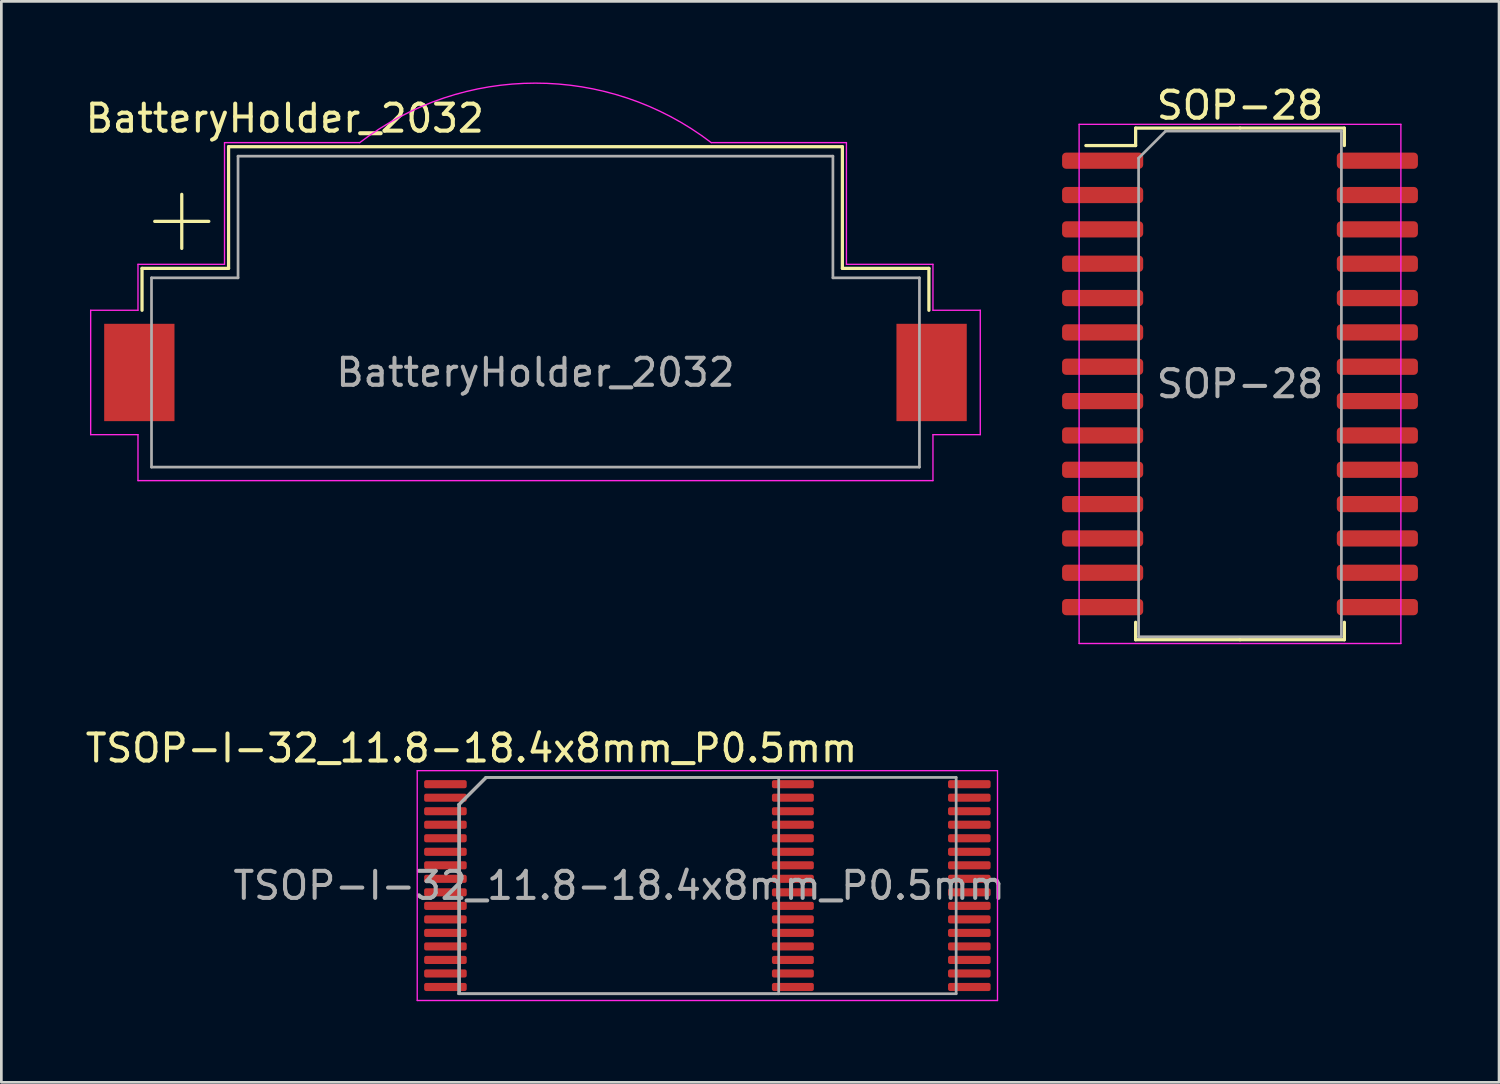
<source format=kicad_pcb>
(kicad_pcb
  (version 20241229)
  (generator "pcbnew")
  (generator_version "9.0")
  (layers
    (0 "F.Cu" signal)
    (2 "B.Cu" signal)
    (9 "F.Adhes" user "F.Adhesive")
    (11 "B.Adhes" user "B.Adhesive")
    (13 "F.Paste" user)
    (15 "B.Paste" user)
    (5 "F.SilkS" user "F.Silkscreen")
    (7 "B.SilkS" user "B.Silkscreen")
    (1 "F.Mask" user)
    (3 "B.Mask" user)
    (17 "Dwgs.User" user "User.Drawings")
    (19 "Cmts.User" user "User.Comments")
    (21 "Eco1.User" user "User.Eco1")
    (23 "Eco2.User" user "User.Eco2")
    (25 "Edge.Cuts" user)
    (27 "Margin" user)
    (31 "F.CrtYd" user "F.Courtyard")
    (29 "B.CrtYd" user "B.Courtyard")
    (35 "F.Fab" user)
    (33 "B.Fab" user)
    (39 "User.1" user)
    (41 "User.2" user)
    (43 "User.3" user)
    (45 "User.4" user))
  (footprint "SOP-28"
    (layer "F.Cu")
    (at 42.808 11.148)
    (property "Reference" "SOP-28" (at 0 -10.3 0) (layer "F.SilkS") (effects (font (size 1 1) (thickness 0.15))))
    (attr smd)
    (fp_line (start -3.86 -9.46) (end -3.86 -8.815) (stroke (width 0.12) (type solid)) (layer "F.SilkS"))
    (fp_line (start -3.86 -8.815) (end -5.7 -8.815) (stroke (width 0.12) (type solid)) (layer "F.SilkS"))
    (fp_line (start -3.86 9.46) (end -3.86 8.815) (stroke (width 0.12) (type solid)) (layer "F.SilkS"))
    (fp_line (start 0 -9.46) (end -3.86 -9.46) (stroke (width 0.12) (type solid)) (layer "F.SilkS"))
    (fp_line (start 0 -9.46) (end 3.86 -9.46) (stroke (width 0.12) (type solid)) (layer "F.SilkS"))
    (fp_line (start 0 9.46) (end -3.86 9.46) (stroke (width 0.12) (type solid)) (layer "F.SilkS"))
    (fp_line (start 0 9.46) (end 3.86 9.46) (stroke (width 0.12) (type solid)) (layer "F.SilkS"))
    (fp_line (start 3.86 -9.46) (end 3.86 -8.815) (stroke (width 0.12) (type solid)) (layer "F.SilkS"))
    (fp_line (start 3.86 9.46) (end 3.86 8.815) (stroke (width 0.12) (type solid)) (layer "F.SilkS"))
    (fp_line (start -5.95 -9.6) (end -5.95 9.6) (stroke (width 0.05) (type solid)) (layer "F.CrtYd"))
    (fp_line (start -5.95 9.6) (end 5.95 9.6) (stroke (width 0.05) (type solid)) (layer "F.CrtYd"))
    (fp_line (start 5.95 -9.6) (end -5.95 -9.6) (stroke (width 0.05) (type solid)) (layer "F.CrtYd"))
    (fp_line (start 5.95 9.6) (end 5.95 -9.6) (stroke (width 0.05) (type solid)) (layer "F.CrtYd"))
    (fp_line (start -3.75 -8.35) (end -2.75 -9.35) (stroke (width 0.1) (type solid)) (layer "F.Fab"))
    (fp_line (start -3.75 9.35) (end -3.75 -8.35) (stroke (width 0.1) (type solid)) (layer "F.Fab"))
    (fp_line (start -2.75 -9.35) (end 3.75 -9.35) (stroke (width 0.1) (type solid)) (layer "F.Fab"))
    (fp_line (start 3.75 -9.35) (end 3.75 9.35) (stroke (width 0.1) (type solid)) (layer "F.Fab"))
    (fp_line (start 3.75 9.35) (end -3.75 9.35) (stroke (width 0.1) (type solid)) (layer "F.Fab"))
    (fp_text user "${REFERENCE}" (at 0 0 0) (layer "F.Fab") (effects (font (size 1 1) (thickness 0.15))))
    (pad "1" smd roundrect (at -5.08 -8.255) (size 3 0.6) (layers "F.Cu" "F.Mask" "F.Paste") (roundrect_rratio 0.25))
    (pad "2" smd roundrect (at -5.08 -6.985) (size 3 0.6) (layers "F.Cu" "F.Mask" "F.Paste") (roundrect_rratio 0.25))
    (pad "3" smd roundrect (at -5.08 -5.715) (size 3 0.6) (layers "F.Cu" "F.Mask" "F.Paste") (roundrect_rratio 0.25))
    (pad "4" smd roundrect (at -5.08 -4.445) (size 3 0.6) (layers "F.Cu" "F.Mask" "F.Paste") (roundrect_rratio 0.25))
    (pad "5" smd roundrect (at -5.08 -3.175) (size 3 0.6) (layers "F.Cu" "F.Mask" "F.Paste") (roundrect_rratio 0.25))
    (pad "6" smd roundrect (at -5.08 -1.905) (size 3 0.6) (layers "F.Cu" "F.Mask" "F.Paste") (roundrect_rratio 0.25))
    (pad "7" smd roundrect (at -5.08 -0.635) (size 3 0.6) (layers "F.Cu" "F.Mask" "F.Paste") (roundrect_rratio 0.25))
    (pad "8" smd roundrect (at -5.08 0.635) (size 3 0.6) (layers "F.Cu" "F.Mask" "F.Paste") (roundrect_rratio 0.25))
    (pad "9" smd roundrect (at -5.08 1.905) (size 3 0.6) (layers "F.Cu" "F.Mask" "F.Paste") (roundrect_rratio 0.25))
    (pad "10" smd roundrect (at -5.08 3.175) (size 3 0.6) (layers "F.Cu" "F.Mask" "F.Paste") (roundrect_rratio 0.25))
    (pad "11" smd roundrect (at -5.08 4.445) (size 3 0.6) (layers "F.Cu" "F.Mask" "F.Paste") (roundrect_rratio 0.25))
    (pad "12" smd roundrect (at -5.08 5.715) (size 3 0.6) (layers "F.Cu" "F.Mask" "F.Paste") (roundrect_rratio 0.25))
    (pad "13" smd roundrect (at -5.08 6.985) (size 3 0.6) (layers "F.Cu" "F.Mask" "F.Paste") (roundrect_rratio 0.25))
    (pad "14" smd roundrect (at -5.08 8.255) (size 3 0.6) (layers "F.Cu" "F.Mask" "F.Paste") (roundrect_rratio 0.25))
    (pad "15" smd roundrect (at 5.08 8.255) (size 3 0.6) (layers "F.Cu" "F.Mask" "F.Paste") (roundrect_rratio 0.25))
    (pad "16" smd roundrect (at 5.08 6.985) (size 3 0.6) (layers "F.Cu" "F.Mask" "F.Paste") (roundrect_rratio 0.25))
    (pad "17" smd roundrect (at 5.08 5.715) (size 3 0.6) (layers "F.Cu" "F.Mask" "F.Paste") (roundrect_rratio 0.25))
    (pad "18" smd roundrect (at 5.08 4.445) (size 3 0.6) (layers "F.Cu" "F.Mask" "F.Paste") (roundrect_rratio 0.25))
    (pad "19" smd roundrect (at 5.08 3.175) (size 3 0.6) (layers "F.Cu" "F.Mask" "F.Paste") (roundrect_rratio 0.25))
    (pad "20" smd roundrect (at 5.08 1.905) (size 3 0.6) (layers "F.Cu" "F.Mask" "F.Paste") (roundrect_rratio 0.25))
    (pad "21" smd roundrect (at 5.08 0.635) (size 3 0.6) (layers "F.Cu" "F.Mask" "F.Paste") (roundrect_rratio 0.25))
    (pad "22" smd roundrect (at 5.08 -0.635) (size 3 0.6) (layers "F.Cu" "F.Mask" "F.Paste") (roundrect_rratio 0.25))
    (pad "23" smd roundrect (at 5.08 -1.905) (size 3 0.6) (layers "F.Cu" "F.Mask" "F.Paste") (roundrect_rratio 0.25))
    (pad "24" smd roundrect (at 5.08 -3.175) (size 3 0.6) (layers "F.Cu" "F.Mask" "F.Paste") (roundrect_rratio 0.25))
    (pad "25" smd roundrect (at 5.08 -4.445) (size 3 0.6) (layers "F.Cu" "F.Mask" "F.Paste") (roundrect_rratio 0.25))
    (pad "26" smd roundrect (at 5.08 -5.715) (size 3 0.6) (layers "F.Cu" "F.Mask" "F.Paste") (roundrect_rratio 0.25))
    (pad "27" smd roundrect (at 5.08 -6.985) (size 3 0.6) (layers "F.Cu" "F.Mask" "F.Paste") (roundrect_rratio 0.25))
    (pad "28" smd roundrect (at 5.08 -8.255) (size 3 0.6) (layers "F.Cu" "F.Mask" "F.Paste") (roundrect_rratio 0.25)))
  (footprint "BatteryHolder_2032"
    (layer "F.Cu")
    (at 16.753 10.725)
    (property "Reference" "BatteryHolder_2032" (at -9.271 -9.398 0) (layer "F.SilkS") (effects (font (size 1 1) (thickness 0.15))))
    (attr smd)
    (fp_line (start -14.55 -3.85) (end -14.55 -2.3) (stroke (width 0.12) (type solid)) (layer "F.SilkS"))
    (fp_line (start -13.081 -6.588) (end -13.081 -4.588) (stroke (width 0.12) (type solid)) (layer "F.SilkS"))
    (fp_line (start -12.081 -5.588) (end -14.081 -5.588) (stroke (width 0.12) (type solid)) (layer "F.SilkS"))
    (fp_line (start -11.35 -8.35) (end -11.35 -3.85) (stroke (width 0.12) (type solid)) (layer "F.SilkS"))
    (fp_line (start -11.35 -8.35) (end 11.35 -8.35) (stroke (width 0.12) (type solid)) (layer "F.SilkS"))
    (fp_line (start -11.35 -3.85) (end -14.55 -3.85) (stroke (width 0.12) (type solid)) (layer "F.SilkS"))
    (fp_line (start 11.35 -8.35) (end 11.35 -3.85) (stroke (width 0.12) (type solid)) (layer "F.SilkS"))
    (fp_line (start 11.35 -3.85) (end 14.55 -3.85) (stroke (width 0.12) (type solid)) (layer "F.SilkS"))
    (fp_line (start 14.55 -3.85) (end 14.55 -2.3) (stroke (width 0.12) (type solid)) (layer "F.SilkS"))
    (fp_line (start -16.45 2.3) (end -16.45 -2.3) (stroke (width 0.05) (type solid)) (layer "F.CrtYd"))
    (fp_line (start -14.7 -4) (end -11.5 -4) (stroke (width 0.05) (type solid)) (layer "F.CrtYd"))
    (fp_line (start -14.7 -2.3) (end -16.45 -2.3) (stroke (width 0.05) (type solid)) (layer "F.CrtYd"))
    (fp_line (start -14.7 -2.3) (end -14.7 -4) (stroke (width 0.05) (type solid)) (layer "F.CrtYd"))
    (fp_line (start -14.7 2.3) (end -16.45 2.3) (stroke (width 0.05) (type solid)) (layer "F.CrtYd"))
    (fp_line (start -14.7 4) (end -14.7 2.3) (stroke (width 0.05) (type solid)) (layer "F.CrtYd"))
    (fp_line (start -14.7 4) (end 14.7 4) (stroke (width 0.05) (type solid)) (layer "F.CrtYd"))
    (fp_line (start -11.5 -8.5) (end -6.5 -8.5) (stroke (width 0.05) (type solid)) (layer "F.CrtYd"))
    (fp_line (start -11.5 -4) (end -11.5 -8.5) (stroke (width 0.05) (type solid)) (layer "F.CrtYd"))
    (fp_line (start 11.5 -8.5) (end 6.5 -8.5) (stroke (width 0.05) (type solid)) (layer "F.CrtYd"))
    (fp_line (start 11.5 -8.5) (end 11.5 -4) (stroke (width 0.05) (type solid)) (layer "F.CrtYd"))
    (fp_line (start 11.5 -4) (end 14.7 -4) (stroke (width 0.05) (type solid)) (layer "F.CrtYd"))
    (fp_line (start 14.7 -4) (end 14.7 -2.3) (stroke (width 0.05) (type solid)) (layer "F.CrtYd"))
    (fp_line (start 14.7 -2.3) (end 16.45 -2.3) (stroke (width 0.05) (type solid)) (layer "F.CrtYd"))
    (fp_line (start 14.7 2.3) (end 14.7 4) (stroke (width 0.05) (type solid)) (layer "F.CrtYd"))
    (fp_line (start 16.45 -2.3) (end 16.45 2.3) (stroke (width 0.05) (type solid)) (layer "F.CrtYd"))
    (fp_line (start 16.45 2.3) (end 14.7 2.3) (stroke (width 0.05) (type solid)) (layer "F.CrtYd"))
    (fp_arc (start -6.499999 -8.5) (mid 0 -10.700467) (end 6.5 -8.5) (stroke (width 0.05) (type solid)) (layer "F.CrtYd"))
    (fp_line (start -14.2 -3.5) (end -11 -3.5) (stroke (width 0.1) (type solid)) (layer "F.Fab"))
    (fp_line (start -14.2 3.5) (end -14.2 -3.5) (stroke (width 0.1) (type solid)) (layer "F.Fab"))
    (fp_line (start -11 -8) (end -11 -3.5) (stroke (width 0.1) (type solid)) (layer "F.Fab"))
    (fp_line (start 11 -8) (end -11 -8) (stroke (width 0.1) (type solid)) (layer "F.Fab"))
    (fp_line (start 11 -8) (end 11 -3.5) (stroke (width 0.1) (type solid)) (layer "F.Fab"))
    (fp_line (start 14.2 -3.5) (end 11 -3.5) (stroke (width 0.1) (type solid)) (layer "F.Fab"))
    (fp_line (start 14.2 3.5) (end -14.2 3.5) (stroke (width 0.1) (type solid)) (layer "F.Fab"))
    (fp_line (start 14.2 3.5) (end 14.2 -3.5) (stroke (width 0.1) (type solid)) (layer "F.Fab"))
    (fp_text user "${REFERENCE}" (at 0 0 0) (layer "F.Fab") (effects (font (size 1 1) (thickness 0.15))))
    (pad "1" smd rect (at -14.65 0 180) (size 2.6 3.6) (layers "F.Cu" "F.Mask" "F.Paste"))
    (pad "2" smd rect (at 14.65 0 180) (size 2.6 3.6) (layers "F.Cu" "F.Mask" "F.Paste")))
  (footprint "TSOP-I-32_11.8-18.4x8mm_P0.5mm"
    (layer "F.Cu")
    (at 19.848 29.701)
    (property "Reference" "TSOP-I-32_11.8-18.4x8mm_P0.5mm" (at -5.461 -5.08 0) (layer "F.SilkS") (effects (font (size 1 1) (thickness 0.15))))
    (attr smd)
    (fp_line (start -7.468 -4.25) (end -7.468 4.25) (stroke (width 0.05) (type solid)) (layer "F.CrtYd"))
    (fp_line (start -7.468 4.25) (end 13.992 4.25) (stroke (width 0.05) (type solid)) (layer "F.CrtYd"))
    (fp_line (start 13.992 -4.25) (end -7.468 -4.25) (stroke (width 0.05) (type solid)) (layer "F.CrtYd"))
    (fp_line (start 13.992 4.25) (end 13.992 -4.25) (stroke (width 0.05) (type solid)) (layer "F.CrtYd"))
    (fp_line (start -5.938 -3) (end -4.938 -4) (stroke (width 0.1) (type solid)) (layer "F.Fab"))
    (fp_line (start -5.938 4) (end -5.938 -3) (stroke (width 0.1) (type solid)) (layer "F.Fab"))
    (fp_line (start -5.9 -3) (end -4.9 -4) (stroke (width 0.1) (type solid)) (layer "F.Fab"))
    (fp_line (start -5.9 4) (end -5.9 -3) (stroke (width 0.1) (type solid)) (layer "F.Fab"))
    (fp_line (start -4.938 -4) (end 12.463 -4) (stroke (width 0.1) (type solid)) (layer "F.Fab"))
    (fp_line (start -4.9 -4) (end 5.9 -4) (stroke (width 0.1) (type solid)) (layer "F.Fab"))
    (fp_line (start 5.9 -4) (end 5.9 4) (stroke (width 0.1) (type solid)) (layer "F.Fab"))
    (fp_line (start 5.9 4) (end -5.9 4) (stroke (width 0.1) (type solid)) (layer "F.Fab"))
    (fp_line (start 12.463 -4) (end 12.463 4) (stroke (width 0.1) (type solid)) (layer "F.Fab"))
    (fp_line (start 12.463 4) (end -5.938 4) (stroke (width 0.1) (type solid)) (layer "F.Fab"))
    (fp_text user "${REFERENCE}" (at 0 0 0) (layer "F.Fab") (effects (font (size 1 1) (thickness 0.15))))
    (pad "1" smd roundrect (at -6.425 -3.75) (size 1.575 0.3) (layers "F.Cu" "F.Mask" "F.Paste") (roundrect_rratio 0.25))
    (pad "2" smd roundrect (at -6.425 -3.25) (size 1.575 0.3) (layers "F.Cu" "F.Mask" "F.Paste") (roundrect_rratio 0.25))
    (pad "3" smd roundrect (at -6.425 -2.75) (size 1.575 0.3) (layers "F.Cu" "F.Mask" "F.Paste") (roundrect_rratio 0.25))
    (pad "4" smd roundrect (at -6.425 -2.25) (size 1.575 0.3) (layers "F.Cu" "F.Mask" "F.Paste") (roundrect_rratio 0.25))
    (pad "5" smd roundrect (at -6.425 -1.75) (size 1.575 0.3) (layers "F.Cu" "F.Mask" "F.Paste") (roundrect_rratio 0.25))
    (pad "6" smd roundrect (at -6.425 -1.25) (size 1.575 0.3) (layers "F.Cu" "F.Mask" "F.Paste") (roundrect_rratio 0.25))
    (pad "7" smd roundrect (at -6.425 -0.75) (size 1.575 0.3) (layers "F.Cu" "F.Mask" "F.Paste") (roundrect_rratio 0.25))
    (pad "8" smd roundrect (at -6.425 -0.25) (size 1.575 0.3) (layers "F.Cu" "F.Mask" "F.Paste") (roundrect_rratio 0.25))
    (pad "9" smd roundrect (at -6.425 0.25) (size 1.575 0.3) (layers "F.Cu" "F.Mask" "F.Paste") (roundrect_rratio 0.25))
    (pad "10" smd roundrect (at -6.425 0.75) (size 1.575 0.3) (layers "F.Cu" "F.Mask" "F.Paste") (roundrect_rratio 0.25))
    (pad "11" smd roundrect (at -6.425 1.25) (size 1.575 0.3) (layers "F.Cu" "F.Mask" "F.Paste") (roundrect_rratio 0.25))
    (pad "12" smd roundrect (at -6.425 1.75) (size 1.575 0.3) (layers "F.Cu" "F.Mask" "F.Paste") (roundrect_rratio 0.25))
    (pad "13" smd roundrect (at -6.425 2.25) (size 1.575 0.3) (layers "F.Cu" "F.Mask" "F.Paste") (roundrect_rratio 0.25))
    (pad "14" smd roundrect (at -6.425 2.75) (size 1.575 0.3) (layers "F.Cu" "F.Mask" "F.Paste") (roundrect_rratio 0.25))
    (pad "15" smd roundrect (at -6.425 3.25) (size 1.575 0.3) (layers "F.Cu" "F.Mask" "F.Paste") (roundrect_rratio 0.25))
    (pad "16" smd roundrect (at -6.425 3.75) (size 1.575 0.3) (layers "F.Cu" "F.Mask" "F.Paste") (roundrect_rratio 0.25))
    (pad "17" smd roundrect (at 6.425 3.75) (size 1.55 0.3) (layers "F.Cu" "F.Mask" "F.Paste") (roundrect_rratio 0.25))
    (pad "17" smd roundrect (at 12.95 3.75) (size 1.575 0.3) (layers "F.Cu" "F.Mask" "F.Paste") (roundrect_rratio 0.25))
    (pad "18" smd roundrect (at 6.425 3.25) (size 1.55 0.3) (layers "F.Cu" "F.Mask" "F.Paste") (roundrect_rratio 0.25))
    (pad "18" smd roundrect (at 12.95 3.25) (size 1.575 0.3) (layers "F.Cu" "F.Mask" "F.Paste") (roundrect_rratio 0.25))
    (pad "19" smd roundrect (at 6.425 2.75) (size 1.55 0.3) (layers "F.Cu" "F.Mask" "F.Paste") (roundrect_rratio 0.25))
    (pad "19" smd roundrect (at 12.95 2.75) (size 1.575 0.3) (layers "F.Cu" "F.Mask" "F.Paste") (roundrect_rratio 0.25))
    (pad "20" smd roundrect (at 6.425 2.25) (size 1.55 0.3) (layers "F.Cu" "F.Mask" "F.Paste") (roundrect_rratio 0.25))
    (pad "20" smd roundrect (at 12.95 2.25) (size 1.575 0.3) (layers "F.Cu" "F.Mask" "F.Paste") (roundrect_rratio 0.25))
    (pad "21" smd roundrect (at 6.425 1.75) (size 1.55 0.3) (layers "F.Cu" "F.Mask" "F.Paste") (roundrect_rratio 0.25))
    (pad "21" smd roundrect (at 12.95 1.75) (size 1.575 0.3) (layers "F.Cu" "F.Mask" "F.Paste") (roundrect_rratio 0.25))
    (pad "22" smd roundrect (at 6.425 1.25) (size 1.55 0.3) (layers "F.Cu" "F.Mask" "F.Paste") (roundrect_rratio 0.25))
    (pad "22" smd roundrect (at 12.95 1.25) (size 1.575 0.3) (layers "F.Cu" "F.Mask" "F.Paste") (roundrect_rratio 0.25))
    (pad "23" smd roundrect (at 6.425 0.75) (size 1.55 0.3) (layers "F.Cu" "F.Mask" "F.Paste") (roundrect_rratio 0.25))
    (pad "23" smd roundrect (at 12.95 0.75) (size 1.575 0.3) (layers "F.Cu" "F.Mask" "F.Paste") (roundrect_rratio 0.25))
    (pad "24" smd roundrect (at 6.425 0.25) (size 1.55 0.3) (layers "F.Cu" "F.Mask" "F.Paste") (roundrect_rratio 0.25))
    (pad "24" smd roundrect (at 12.95 0.25) (size 1.575 0.3) (layers "F.Cu" "F.Mask" "F.Paste") (roundrect_rratio 0.25))
    (pad "25" smd roundrect (at 6.425 -0.25) (size 1.55 0.3) (layers "F.Cu" "F.Mask" "F.Paste") (roundrect_rratio 0.25))
    (pad "25" smd roundrect (at 12.95 -0.25) (size 1.575 0.3) (layers "F.Cu" "F.Mask" "F.Paste") (roundrect_rratio 0.25))
    (pad "26" smd roundrect (at 6.425 -0.75) (size 1.55 0.3) (layers "F.Cu" "F.Mask" "F.Paste") (roundrect_rratio 0.25))
    (pad "26" smd roundrect (at 12.95 -0.75) (size 1.575 0.3) (layers "F.Cu" "F.Mask" "F.Paste") (roundrect_rratio 0.25))
    (pad "27" smd roundrect (at 6.425 -1.25) (size 1.55 0.3) (layers "F.Cu" "F.Mask" "F.Paste") (roundrect_rratio 0.25))
    (pad "27" smd roundrect (at 12.95 -1.25) (size 1.575 0.3) (layers "F.Cu" "F.Mask" "F.Paste") (roundrect_rratio 0.25))
    (pad "28" smd roundrect (at 6.425 -1.75) (size 1.55 0.3) (layers "F.Cu" "F.Mask" "F.Paste") (roundrect_rratio 0.25))
    (pad "28" smd roundrect (at 12.95 -1.75) (size 1.575 0.3) (layers "F.Cu" "F.Mask" "F.Paste") (roundrect_rratio 0.25))
    (pad "29" smd roundrect (at 6.425 -2.25) (size 1.55 0.3) (layers "F.Cu" "F.Mask" "F.Paste") (roundrect_rratio 0.25))
    (pad "29" smd roundrect (at 12.95 -2.25) (size 1.575 0.3) (layers "F.Cu" "F.Mask" "F.Paste") (roundrect_rratio 0.25))
    (pad "30" smd roundrect (at 6.425 -2.75) (size 1.55 0.3) (layers "F.Cu" "F.Mask" "F.Paste") (roundrect_rratio 0.25))
    (pad "30" smd roundrect (at 12.95 -2.75) (size 1.575 0.3) (layers "F.Cu" "F.Mask" "F.Paste") (roundrect_rratio 0.25))
    (pad "31" smd roundrect (at 6.425 -3.25) (size 1.55 0.3) (layers "F.Cu" "F.Mask" "F.Paste") (roundrect_rratio 0.25))
    (pad "31" smd roundrect (at 12.95 -3.25) (size 1.575 0.3) (layers "F.Cu" "F.Mask" "F.Paste") (roundrect_rratio 0.25))
    (pad "32" smd roundrect (at 6.425 -3.75) (size 1.55 0.3) (layers "F.Cu" "F.Mask" "F.Paste") (roundrect_rratio 0.25))
    (pad "32" smd roundrect (at 12.95 -3.75) (size 1.575 0.3) (layers "F.Cu" "F.Mask" "F.Paste") (roundrect_rratio 0.25)))
  (gr_rect
    (start -3 -3)
    (end 52.388 36.977)
    (stroke (width 0.1) (type default))
    (fill no)
    (layer "Edge.Cuts")))
</source>
